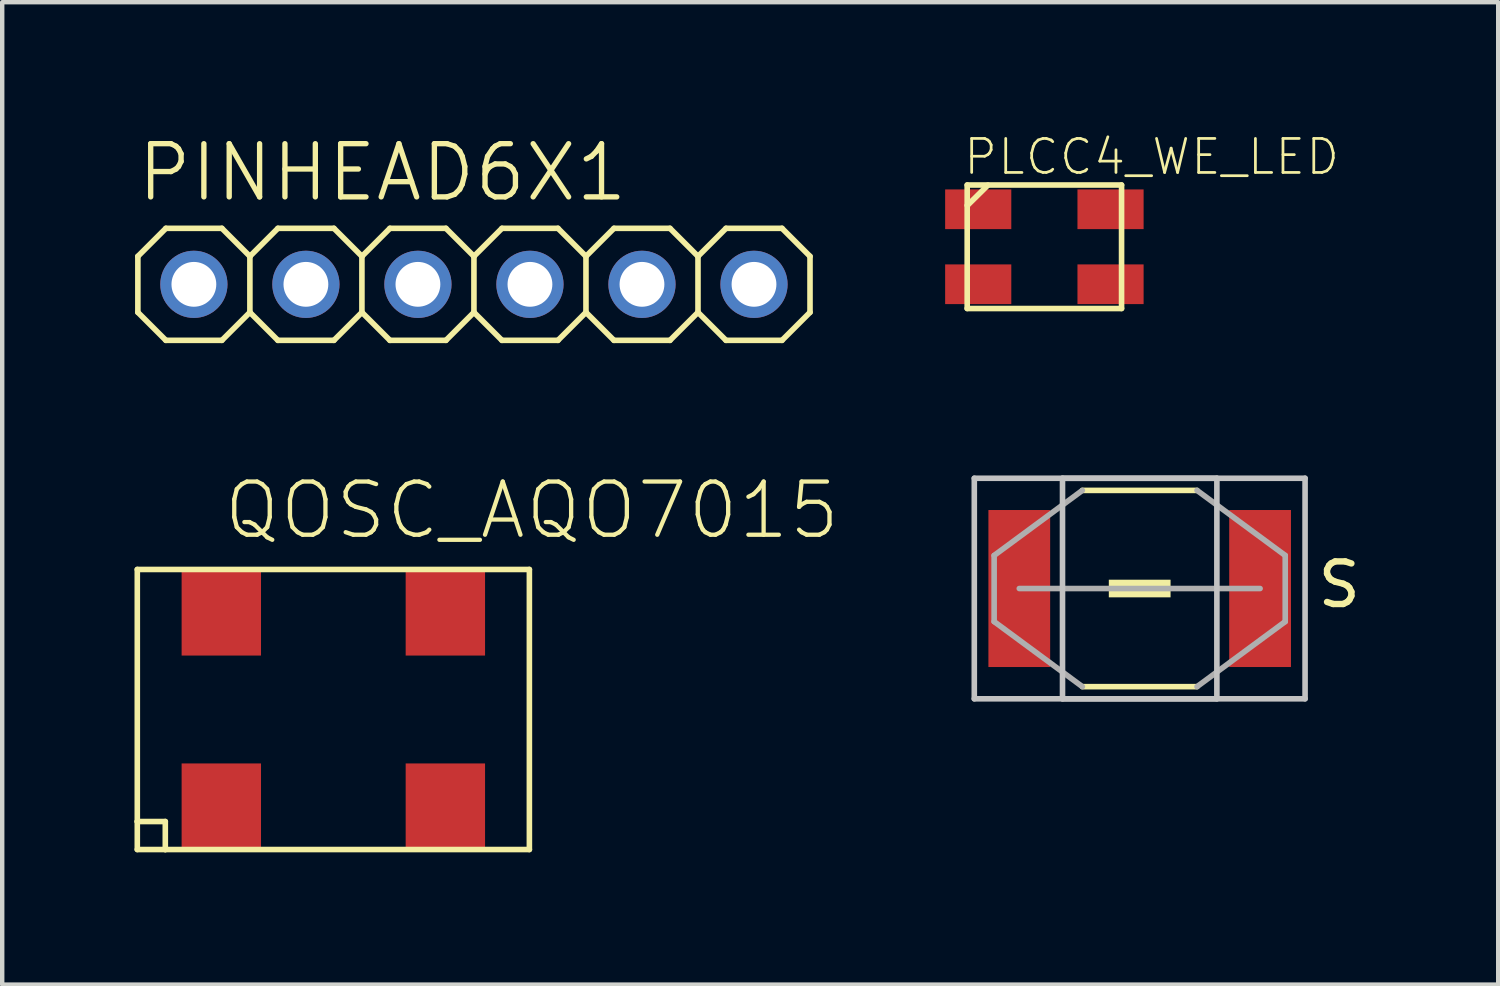
<source format=kicad_pcb>
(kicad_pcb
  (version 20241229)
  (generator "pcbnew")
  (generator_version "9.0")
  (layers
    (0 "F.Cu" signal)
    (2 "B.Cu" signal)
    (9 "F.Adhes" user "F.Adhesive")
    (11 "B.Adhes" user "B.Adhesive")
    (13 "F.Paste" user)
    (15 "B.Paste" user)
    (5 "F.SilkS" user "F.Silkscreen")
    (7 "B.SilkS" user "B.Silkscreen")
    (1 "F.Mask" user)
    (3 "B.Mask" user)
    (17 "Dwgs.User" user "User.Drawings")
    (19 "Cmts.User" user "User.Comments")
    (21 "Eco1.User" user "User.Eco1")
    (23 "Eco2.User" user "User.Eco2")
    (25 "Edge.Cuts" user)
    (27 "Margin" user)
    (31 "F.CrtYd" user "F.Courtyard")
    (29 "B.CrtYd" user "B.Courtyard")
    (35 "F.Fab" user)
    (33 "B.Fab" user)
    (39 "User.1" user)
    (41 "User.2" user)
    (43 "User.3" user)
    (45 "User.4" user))
  (footprint "QOSC_AQO7015"
    (layer "F.Cu")
    (at 1.968 14.942)
    (property "Reference" "QOSC_AQO7015" (at 0 -5.715 180) (layer "F.SilkS") (effects (font (size 1.206 1.206) (thickness 0.097)) (justify left bottom)))
    (attr through_hole)
    (fp_line (start -1.905 -5.08) (end 6.985 -5.08) (stroke (width 0.127) (type solid)) (layer "F.SilkS"))
    (fp_line (start -1.905 0.635) (end -1.905 -5.08) (stroke (width 0.127) (type solid)) (layer "F.SilkS"))
    (fp_line (start -1.905 0.635) (end -1.27 0.635) (stroke (width 0.127) (type solid)) (layer "F.SilkS"))
    (fp_line (start -1.905 1.27) (end -1.905 0.635) (stroke (width 0.127) (type solid)) (layer "F.SilkS"))
    (fp_line (start -1.27 0.635) (end -1.27 1.27) (stroke (width 0.127) (type solid)) (layer "F.SilkS"))
    (fp_line (start -1.27 1.27) (end -1.905 1.27) (stroke (width 0.127) (type solid)) (layer "F.SilkS"))
    (fp_line (start 6.985 -5.08) (end 6.985 1.27) (stroke (width 0.127) (type solid)) (layer "F.SilkS"))
    (fp_line (start 6.985 1.27) (end -1.27 1.27) (stroke (width 0.127) (type solid)) (layer "F.SilkS"))
    (pad "1" smd rect (at 0 0.318 90) (size 2 1.8) (layers "F.Cu" "F.Mask" "F.Paste"))
    (pad "2" smd rect (at 5.08 0.318 90) (size 2 1.8) (layers "F.Cu" "F.Mask" "F.Paste"))
    (pad "3" smd rect (at 5.08 -4.128 90) (size 2 1.8) (layers "F.Cu" "F.Mask" "F.Paste"))
    (pad "4" smd rect (at 0 -4.128 90) (size 2 1.8) (layers "F.Cu" "F.Mask" "F.Paste")))
  (footprint "PLCC4_WE_LED"
    (layer "F.Cu")
    (at 20.62 2.575)
    (property "Reference" "PLCC4_WE_LED" (at -1.863 -1.617 0) (layer "F.SilkS") (effects (font (size 0.772 0.772) (thickness 0.062)) (justify left bottom)))
    (attr through_hole)
    (fp_line (start -1.74 -1.43) (end -1.74 1.37) (stroke (width 0.127) (type solid)) (layer "F.SilkS"))
    (fp_line (start -1.74 -1.43) (end 1.76 -1.43) (stroke (width 0.127) (type solid)) (layer "F.SilkS"))
    (fp_line (start -1.74 1.37) (end 1.76 1.37) (stroke (width 0.127) (type solid)) (layer "F.SilkS"))
    (fp_line (start -1.736 -0.967) (end -1.736 -0.973) (stroke (width 0.127) (type solid)) (layer "F.SilkS"))
    (fp_line (start -1.269 -1.428) (end -1.736 -0.967) (stroke (width 0.127) (type solid)) (layer "F.SilkS"))
    (fp_line (start 1.76 -1.43) (end 1.76 1.37) (stroke (width 0.127) (type solid)) (layer "F.SilkS"))
    (pad "1" smd rect (at 1.51 -0.88) (size 1.5 0.9) (layers "F.Cu" "F.Mask" "F.Paste"))
    (pad "2" smd rect (at 1.51 0.82) (size 1.5 0.9) (layers "F.Cu" "F.Mask" "F.Paste"))
    (pad "3" smd rect (at -1.49 -0.88) (size 1.5 0.9) (layers "F.Cu" "F.Mask" "F.Paste"))
    (pad "4" smd rect (at -1.49 0.82) (size 1.5 0.9) (layers "F.Cu" "F.Mask" "F.Paste")))
  (footprint "PINHEAD6X1"
    (layer "F.Cu")
    (at 7.696 3.397)
    (property "Reference" "PINHEAD6X1" (at -7.696 -1.829 0) (layer "F.SilkS") (effects (font (size 1.206 1.206) (thickness 0.121)) (justify left bottom)))
    (attr through_hole)
    (fp_line (start -7.62 -0.635) (end -7.62 0.635) (stroke (width 0.127) (type solid)) (layer "F.SilkS"))
    (fp_line (start -7.62 0.635) (end -6.985 1.27) (stroke (width 0.127) (type solid)) (layer "F.SilkS"))
    (fp_line (start -6.985 -1.27) (end -7.62 -0.635) (stroke (width 0.127) (type solid)) (layer "F.SilkS"))
    (fp_line (start -6.985 -1.27) (end -5.715 -1.27) (stroke (width 0.127) (type solid)) (layer "F.SilkS"))
    (fp_line (start -5.715 -1.27) (end -5.08 -0.635) (stroke (width 0.127) (type solid)) (layer "F.SilkS"))
    (fp_line (start -5.715 1.27) (end -6.985 1.27) (stroke (width 0.127) (type solid)) (layer "F.SilkS"))
    (fp_line (start -5.08 -0.635) (end -5.08 0.635) (stroke (width 0.127) (type solid)) (layer "F.SilkS"))
    (fp_line (start -5.08 0.635) (end -5.715 1.27) (stroke (width 0.127) (type solid)) (layer "F.SilkS"))
    (fp_line (start -5.08 0.635) (end -4.445 1.27) (stroke (width 0.127) (type solid)) (layer "F.SilkS"))
    (fp_line (start -4.445 -1.27) (end -5.08 -0.635) (stroke (width 0.127) (type solid)) (layer "F.SilkS"))
    (fp_line (start -4.445 -1.27) (end -3.175 -1.27) (stroke (width 0.127) (type solid)) (layer "F.SilkS"))
    (fp_line (start -3.175 -1.27) (end -2.54 -0.635) (stroke (width 0.127) (type solid)) (layer "F.SilkS"))
    (fp_line (start -3.175 1.27) (end -4.445 1.27) (stroke (width 0.127) (type solid)) (layer "F.SilkS"))
    (fp_line (start -2.54 -0.635) (end -2.54 0.635) (stroke (width 0.127) (type solid)) (layer "F.SilkS"))
    (fp_line (start -2.54 0.635) (end -3.175 1.27) (stroke (width 0.127) (type solid)) (layer "F.SilkS"))
    (fp_line (start -2.54 0.635) (end -1.905 1.27) (stroke (width 0.127) (type solid)) (layer "F.SilkS"))
    (fp_line (start -1.905 -1.27) (end -2.54 -0.635) (stroke (width 0.127) (type solid)) (layer "F.SilkS"))
    (fp_line (start -1.905 -1.27) (end -0.635 -1.27) (stroke (width 0.127) (type solid)) (layer "F.SilkS"))
    (fp_line (start -0.635 -1.27) (end 0 -0.635) (stroke (width 0.127) (type solid)) (layer "F.SilkS"))
    (fp_line (start -0.635 1.27) (end -1.905 1.27) (stroke (width 0.127) (type solid)) (layer "F.SilkS"))
    (fp_line (start 0 -0.635) (end 0 0.635) (stroke (width 0.127) (type solid)) (layer "F.SilkS"))
    (fp_line (start 0 0.635) (end -0.635 1.27) (stroke (width 0.127) (type solid)) (layer "F.SilkS"))
    (fp_line (start 0 0.635) (end 0.635 1.27) (stroke (width 0.127) (type solid)) (layer "F.SilkS"))
    (fp_line (start 0.635 -1.27) (end 0 -0.635) (stroke (width 0.127) (type solid)) (layer "F.SilkS"))
    (fp_line (start 0.635 -1.27) (end 1.905 -1.27) (stroke (width 0.127) (type solid)) (layer "F.SilkS"))
    (fp_line (start 1.905 -1.27) (end 2.54 -0.635) (stroke (width 0.127) (type solid)) (layer "F.SilkS"))
    (fp_line (start 1.905 1.27) (end 0.635 1.27) (stroke (width 0.127) (type solid)) (layer "F.SilkS"))
    (fp_line (start 2.54 -0.635) (end 2.54 0.635) (stroke (width 0.127) (type solid)) (layer "F.SilkS"))
    (fp_line (start 2.54 0.635) (end 1.905 1.27) (stroke (width 0.127) (type solid)) (layer "F.SilkS"))
    (fp_line (start 2.54 0.635) (end 3.175 1.27) (stroke (width 0.127) (type solid)) (layer "F.SilkS"))
    (fp_line (start 3.175 -1.27) (end 2.54 -0.635) (stroke (width 0.127) (type solid)) (layer "F.SilkS"))
    (fp_line (start 3.175 -1.27) (end 4.445 -1.27) (stroke (width 0.127) (type solid)) (layer "F.SilkS"))
    (fp_line (start 4.445 -1.27) (end 5.08 -0.635) (stroke (width 0.127) (type solid)) (layer "F.SilkS"))
    (fp_line (start 4.445 1.27) (end 3.175 1.27) (stroke (width 0.127) (type solid)) (layer "F.SilkS"))
    (fp_line (start 5.08 -0.635) (end 5.08 0.635) (stroke (width 0.127) (type solid)) (layer "F.SilkS"))
    (fp_line (start 5.08 0.635) (end 4.445 1.27) (stroke (width 0.127) (type solid)) (layer "F.SilkS"))
    (fp_line (start 5.08 0.635) (end 5.715 1.27) (stroke (width 0.127) (type solid)) (layer "F.SilkS"))
    (fp_line (start 5.715 -1.27) (end 5.08 -0.635) (stroke (width 0.127) (type solid)) (layer "F.SilkS"))
    (fp_line (start 5.715 -1.27) (end 6.985 -1.27) (stroke (width 0.127) (type solid)) (layer "F.SilkS"))
    (fp_line (start 6.985 -1.27) (end 7.62 -0.635) (stroke (width 0.127) (type solid)) (layer "F.SilkS"))
    (fp_line (start 6.985 1.27) (end 5.715 1.27) (stroke (width 0.127) (type solid)) (layer "F.SilkS"))
    (fp_line (start 7.62 -0.635) (end 7.62 0.635) (stroke (width 0.127) (type solid)) (layer "F.SilkS"))
    (fp_line (start 7.62 0.635) (end 6.985 1.27) (stroke (width 0.127) (type solid)) (layer "F.SilkS"))
    (fp_poly (pts (xy -6.604 0.254) (xy -6.096 0.254) (xy -6.096 -0.254) (xy -6.604 -0.254)) (stroke (width 0.1) (type solid)) (fill no) (layer "F.Fab"))
    (fp_poly (pts (xy -4.064 0.254) (xy -3.556 0.254) (xy -3.556 -0.254) (xy -4.064 -0.254)) (stroke (width 0.1) (type solid)) (fill no) (layer "F.Fab"))
    (fp_poly (pts (xy -1.524 0.254) (xy -1.016 0.254) (xy -1.016 -0.254) (xy -1.524 -0.254)) (stroke (width 0.1) (type solid)) (fill no) (layer "F.Fab"))
    (fp_poly (pts (xy 1.016 0.254) (xy 1.524 0.254) (xy 1.524 -0.254) (xy 1.016 -0.254)) (stroke (width 0.1) (type solid)) (fill no) (layer "F.Fab"))
    (fp_poly (pts (xy 3.556 0.254) (xy 4.064 0.254) (xy 4.064 -0.254) (xy 3.556 -0.254)) (stroke (width 0.1) (type solid)) (fill no) (layer "F.Fab"))
    (fp_poly (pts (xy 6.096 0.254) (xy 6.604 0.254) (xy 6.604 -0.254) (xy 6.096 -0.254)) (stroke (width 0.1) (type solid)) (fill no) (layer "F.Fab"))
    (pad "1" thru_hole circle (at -6.35 0) (size 1.524 1.524) (drill 1.016) (layers "*.Cu" "*.Mask"))
    (pad "2" thru_hole circle (at -3.81 0) (size 1.524 1.524) (drill 1.016) (layers "*.Cu" "*.Mask"))
    (pad "3" thru_hole circle (at -1.27 0) (size 1.524 1.524) (drill 1.016) (layers "*.Cu" "*.Mask"))
    (pad "4" thru_hole circle (at 1.27 0) (size 1.524 1.524) (drill 1.016) (layers "*.Cu" "*.Mask"))
    (pad "5" thru_hole circle (at 3.81 0) (size 1.524 1.524) (drill 1.016) (layers "*.Cu" "*.Mask"))
    (pad "6" thru_hole circle (at 6.35 0) (size 1.524 1.524) (drill 1.016) (layers "*.Cu" "*.Mask")))
  (footprint "S"
    (layer "F.Cu")
    (at 22.791 10.294)
    (property "Reference" "S" (at 3.969 0.476 180) (layer "F.SilkS") (effects (font (size 0.965 0.965) (thickness 0.145)) (justify left bottom)))
    (attr through_hole)
    (fp_line (start -1.3 -2.225) (end 1.3 -2.225) (stroke (width 0.127) (type solid)) (layer "F.SilkS"))
    (fp_line (start -1.3 2.225) (end 1.3 2.225) (stroke (width 0.127) (type solid)) (layer "F.SilkS"))
    (fp_poly (pts (xy 0.7 0.2) (xy 0.7 -0.2) (xy -0.7 -0.2) (xy -0.7 0.2)) (stroke (width 0) (type solid)) (fill yes) (layer "F.SilkS"))
    (fp_line (start -3.75 -2.5) (end -3.75 2.5) (stroke (width 0.127) (type solid)) (layer "Dwgs.User"))
    (fp_line (start -3.75 2.5) (end 3.75 2.5) (stroke (width 0.127) (type solid)) (layer "Dwgs.User"))
    (fp_line (start -1.75 -2.5) (end -1.75 2.5) (stroke (width 0.127) (type solid)) (layer "Dwgs.User"))
    (fp_line (start -1.75 2.5) (end 1.75 2.5) (stroke (width 0.127) (type solid)) (layer "Dwgs.User"))
    (fp_line (start 1.75 -2.5) (end -1.75 -2.5) (stroke (width 0.127) (type solid)) (layer "Dwgs.User"))
    (fp_line (start 1.75 2.5) (end 1.75 -2.5) (stroke (width 0.127) (type solid)) (layer "Dwgs.User"))
    (fp_line (start 3.75 -2.5) (end -3.75 -2.5) (stroke (width 0.127) (type solid)) (layer "Dwgs.User"))
    (fp_line (start 3.75 2.5) (end 3.75 -2.5) (stroke (width 0.127) (type solid)) (layer "Dwgs.User"))
    (fp_line (start -3.3 -0.75) (end -1.3 -2.225) (stroke (width 0.127) (type solid)) (layer "F.Fab"))
    (fp_line (start -3.3 0.75) (end -3.3 -0.75) (stroke (width 0.127) (type solid)) (layer "F.Fab"))
    (fp_line (start -3.3 0.75) (end -1.3 2.225) (stroke (width 0.127) (type solid)) (layer "F.Fab"))
    (fp_line (start -2.73 0) (end 2.73 0) (stroke (width 0.127) (type solid)) (layer "F.Fab"))
    (fp_line (start 3.3 -0.75) (end 1.3 -2.225) (stroke (width 0.127) (type solid)) (layer "F.Fab"))
    (fp_line (start 3.3 0.75) (end 1.3 2.225) (stroke (width 0.127) (type solid)) (layer "F.Fab"))
    (fp_line (start 3.3 0.75) (end 3.3 -0.75) (stroke (width 0.127) (type solid)) (layer "F.Fab"))
    (pad "1" smd rect (at -2.73 0 90) (size 3.56 1.4) (layers "F.Cu" "F.Mask" "F.Paste"))
    (pad "2" smd rect (at 2.73 0 90) (size 3.56 1.4) (layers "F.Cu" "F.Mask" "F.Paste")))
  (gr_rect
    (start -3 -3)
    (end 30.92 19.275)
    (stroke (width 0.1) (type default))
    (fill no)
    (layer "Edge.Cuts")))
</source>
